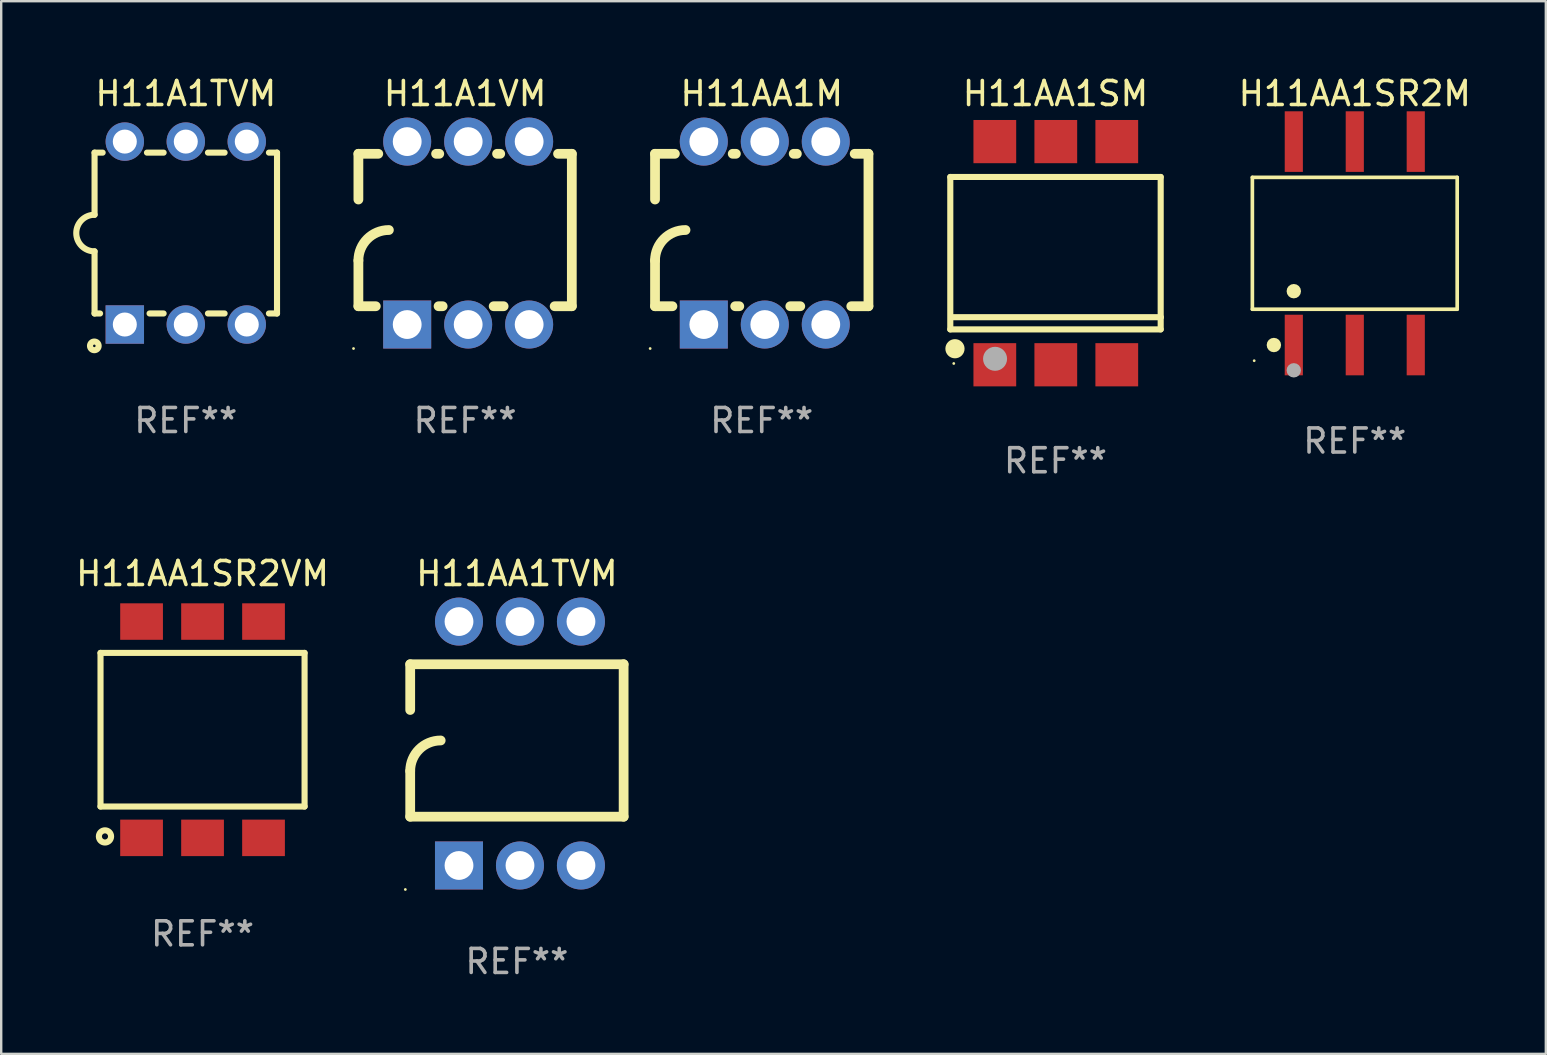
<source format=kicad_pcb>
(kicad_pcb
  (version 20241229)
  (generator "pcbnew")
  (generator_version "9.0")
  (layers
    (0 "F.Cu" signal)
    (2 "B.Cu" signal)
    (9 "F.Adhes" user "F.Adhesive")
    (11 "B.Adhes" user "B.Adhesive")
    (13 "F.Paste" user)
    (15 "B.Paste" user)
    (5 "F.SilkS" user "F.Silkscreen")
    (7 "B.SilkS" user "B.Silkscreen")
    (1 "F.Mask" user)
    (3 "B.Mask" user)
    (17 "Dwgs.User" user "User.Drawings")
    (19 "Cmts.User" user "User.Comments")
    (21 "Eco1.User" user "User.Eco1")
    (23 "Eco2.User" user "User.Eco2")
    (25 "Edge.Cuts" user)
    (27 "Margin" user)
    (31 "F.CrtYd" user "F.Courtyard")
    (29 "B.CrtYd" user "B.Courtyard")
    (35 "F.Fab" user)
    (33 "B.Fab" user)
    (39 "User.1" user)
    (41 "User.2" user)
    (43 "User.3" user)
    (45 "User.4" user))
  (footprint "H11AA1TVM"
    (layer "F.Cu")
    (at 18.482 27.921)
    (property "Reference" "H11AA1TVM" (at 0 -7.08 0) (layer "F.SilkS") (effects (font (size 1 1) (thickness 0.15))))
    (attr through_hole)
    (fp_line (start -4.445 -3.302) (end 4.445 -3.302) (stroke (width 0.406) (type solid)) (layer "F.SilkS"))
    (fp_line (start -4.445 -1.397) (end -4.445 -3.302) (stroke (width 0.406) (type solid)) (layer "F.SilkS"))
    (fp_line (start -4.445 3.048) (end -4.445 1.143) (stroke (width 0.406) (type solid)) (layer "F.SilkS"))
    (fp_line (start -4.445 3.048) (end 4.445 3.048) (stroke (width 0.406) (type solid)) (layer "F.SilkS"))
    (fp_line (start 4.445 -3.302) (end 4.445 3.048) (stroke (width 0.406) (type solid)) (layer "F.SilkS"))
    (fp_arc (start -4.444983 1.143002) (mid -4.073008 0.244974) (end -3.17498 -0.127) (stroke (width 0.4064) (type solid)) (layer "F.SilkS"))
    (fp_circle (center -4.648 6.08) (end -4.618 6.08) (stroke (width 0.06) (type solid)) (fill no) (layer "F.SilkS"))
    (fp_text user "REF**" (at 0 9.08 0) (layer "F.Fab") (effects (font (size 1 1) (thickness 0.15))))
    (pad "1" thru_hole rect (at -2.413 5.08 90) (size 2 2) (drill 1.2) (layers "*.Cu" "*.Mask"))
    (pad "2" thru_hole circle (at 0.127 5.08) (size 2 2) (drill 1.2) (layers "*.Cu" "*.Mask"))
    (pad "3" thru_hole circle (at 2.667 5.08) (size 2 2) (drill 1.2) (layers "*.Cu" "*.Mask"))
    (pad "4" thru_hole circle (at 2.667 -5.08) (size 2 2) (drill 1.2) (layers "*.Cu" "*.Mask"))
    (pad "5" thru_hole circle (at 0.127 -5.08) (size 2 2) (drill 1.2) (layers "*.Cu" "*.Mask"))
    (pad "6" thru_hole circle (at -2.413 -5.08) (size 2 2) (drill 1.2) (layers "*.Cu" "*.Mask")))
  (footprint "H11AA1SR2VM"
    (layer "F.Cu")
    (at 5.387 27.346)
    (property "Reference" "H11AA1SR2VM" (at 0 -6.505 0) (layer "F.SilkS") (effects (font (size 1 1) (thickness 0.15))))
    (attr through_hole)
    (fp_line (start -4.25 3.2) (end -4.25 -3.2) (stroke (width 0.254) (type solid)) (layer "F.SilkS"))
    (fp_line (start -4.25 -3.2) (end 4.25 -3.2) (stroke (width 0.254) (type solid)) (layer "F.SilkS"))
    (fp_line (start 4.25 3.2) (end -4.25 3.2) (stroke (width 0.254) (type solid)) (layer "F.SilkS"))
    (fp_line (start 4.25 3.2) (end 4.25 -3.2) (stroke (width 0.254) (type solid)) (layer "F.SilkS"))
    (fp_circle (center -4.064 4.445) (end -3.81 4.445) (stroke (width 0.254) (type solid)) (fill no) (layer "F.SilkS"))
    (fp_text user "REF**" (at 0 8.505 0) (layer "F.Fab") (effects (font (size 1 1) (thickness 0.15))))
    (pad "1" smd rect (at -2.54 4.505) (size 1.78 1.52) (layers "F.Cu" "F.Mask" "F.Paste"))
    (pad "2" smd rect (at 0 4.505) (size 1.78 1.52) (layers "F.Cu" "F.Mask" "F.Paste"))
    (pad "3" smd rect (at 2.54 4.505) (size 1.78 1.52) (layers "F.Cu" "F.Mask" "F.Paste"))
    (pad "4" smd rect (at 2.54 -4.505) (size 1.78 1.52) (layers "F.Cu" "F.Mask" "F.Paste"))
    (pad "5" smd rect (at 0 -4.505) (size 1.78 1.52) (layers "F.Cu" "F.Mask" "F.Paste"))
    (pad "6" smd rect (at -2.54 -4.505) (size 1.78 1.52) (layers "F.Cu" "F.Mask" "F.Paste")))
  (footprint "H11AA1M"
    (layer "F.Cu")
    (at 28.68 6.658)
    (property "Reference" "H11AA1M" (at 0 -5.81 0) (layer "F.SilkS") (effects (font (size 1 1) (thickness 0.15))))
    (attr through_hole)
    (fp_line (start -4.445 -1.397) (end -4.445 -3.302) (stroke (width 0.406) (type solid)) (layer "F.SilkS"))
    (fp_line (start -4.445 3.048) (end -4.445 1.143) (stroke (width 0.406) (type solid)) (layer "F.SilkS"))
    (fp_line (start -4.445 3.048) (end -3.72 3.048) (stroke (width 0.406) (type solid)) (layer "F.SilkS"))
    (fp_line (start -3.617 -3.302) (end -4.445 -3.302) (stroke (width 0.406) (type solid)) (layer "F.SilkS"))
    (fp_line (start -1.106 3.048) (end -0.935 3.048) (stroke (width 0.406) (type solid)) (layer "F.SilkS"))
    (fp_line (start -1.077 -3.302) (end -1.209 -3.302) (stroke (width 0.406) (type solid)) (layer "F.SilkS"))
    (fp_line (start 1.189 3.048) (end 1.605 3.048) (stroke (width 0.406) (type solid)) (layer "F.SilkS"))
    (fp_line (start 1.463 -3.302) (end 1.331 -3.302) (stroke (width 0.406) (type solid)) (layer "F.SilkS"))
    (fp_line (start 3.729 3.048) (end 4.445 3.048) (stroke (width 0.406) (type solid)) (layer "F.SilkS"))
    (fp_line (start 4.445 -3.302) (end 3.871 -3.302) (stroke (width 0.406) (type solid)) (layer "F.SilkS"))
    (fp_line (start 4.445 -3.302) (end 4.445 3.048) (stroke (width 0.406) (type solid)) (layer "F.SilkS"))
    (fp_arc (start -4.444983 1.143002) (mid -4.073008 0.244974) (end -3.17498 -0.127) (stroke (width 0.4064) (type solid)) (layer "F.SilkS"))
    (fp_circle (center -4.648 4.81) (end -4.618 4.81) (stroke (width 0.06) (type solid)) (fill no) (layer "F.SilkS"))
    (fp_text user "REF**" (at 0 7.81 0) (layer "F.Fab") (effects (font (size 1 1) (thickness 0.15))))
    (pad "1" thru_hole rect (at -2.413 3.81 90) (size 2 2) (drill 1.2) (layers "*.Cu" "*.Mask"))
    (pad "2" thru_hole circle (at 0.127 3.81) (size 2 2) (drill 1.2) (layers "*.Cu" "*.Mask"))
    (pad "3" thru_hole circle (at 2.667 3.81) (size 2 2) (drill 1.2) (layers "*.Cu" "*.Mask"))
    (pad "4" thru_hole circle (at 2.667 -3.81) (size 2 2) (drill 1.2) (layers "*.Cu" "*.Mask"))
    (pad "5" thru_hole circle (at 0.127 -3.81) (size 2 2) (drill 1.2) (layers "*.Cu" "*.Mask"))
    (pad "6" thru_hole circle (at -2.413 -3.81) (size 2 2) (drill 1.2) (layers "*.Cu" "*.Mask")))
  (footprint "H11A1VM"
    (layer "F.Cu")
    (at 16.324 6.658)
    (property "Reference" "H11A1VM" (at 0 -5.81 0) (layer "F.SilkS") (effects (font (size 1 1) (thickness 0.15))))
    (attr through_hole)
    (fp_line (start -4.445 -1.397) (end -4.445 -3.302) (stroke (width 0.406) (type solid)) (layer "F.SilkS"))
    (fp_line (start -4.445 3.048) (end -4.445 1.143) (stroke (width 0.406) (type solid)) (layer "F.SilkS"))
    (fp_line (start -4.445 3.048) (end -3.72 3.048) (stroke (width 0.406) (type solid)) (layer "F.SilkS"))
    (fp_line (start -3.617 -3.302) (end -4.445 -3.302) (stroke (width 0.406) (type solid)) (layer "F.SilkS"))
    (fp_line (start -1.106 3.048) (end -0.935 3.048) (stroke (width 0.406) (type solid)) (layer "F.SilkS"))
    (fp_line (start -1.077 -3.302) (end -1.209 -3.302) (stroke (width 0.406) (type solid)) (layer "F.SilkS"))
    (fp_line (start 1.189 3.048) (end 1.605 3.048) (stroke (width 0.406) (type solid)) (layer "F.SilkS"))
    (fp_line (start 1.463 -3.302) (end 1.331 -3.302) (stroke (width 0.406) (type solid)) (layer "F.SilkS"))
    (fp_line (start 3.729 3.048) (end 4.445 3.048) (stroke (width 0.406) (type solid)) (layer "F.SilkS"))
    (fp_line (start 4.445 -3.302) (end 3.871 -3.302) (stroke (width 0.406) (type solid)) (layer "F.SilkS"))
    (fp_line (start 4.445 -3.302) (end 4.445 3.048) (stroke (width 0.406) (type solid)) (layer "F.SilkS"))
    (fp_arc (start -4.444983 1.143002) (mid -4.073008 0.244974) (end -3.17498 -0.127) (stroke (width 0.4064) (type solid)) (layer "F.SilkS"))
    (fp_circle (center -4.648 4.81) (end -4.618 4.81) (stroke (width 0.06) (type solid)) (fill no) (layer "F.SilkS"))
    (fp_text user "REF**" (at 0 7.81 0) (layer "F.Fab") (effects (font (size 1 1) (thickness 0.15))))
    (pad "1" thru_hole rect (at -2.413 3.81 90) (size 2 2) (drill 1.2) (layers "*.Cu" "*.Mask"))
    (pad "2" thru_hole circle (at 0.127 3.81) (size 2 2) (drill 1.2) (layers "*.Cu" "*.Mask"))
    (pad "3" thru_hole circle (at 2.667 3.81) (size 2 2) (drill 1.2) (layers "*.Cu" "*.Mask"))
    (pad "4" thru_hole circle (at 2.667 -3.81) (size 2 2) (drill 1.2) (layers "*.Cu" "*.Mask"))
    (pad "5" thru_hole circle (at 0.127 -3.81) (size 2 2) (drill 1.2) (layers "*.Cu" "*.Mask"))
    (pad "6" thru_hole circle (at -2.413 -3.81) (size 2 2) (drill 1.2) (layers "*.Cu" "*.Mask")))
  (footprint "H11A1TVM"
    (layer "F.Cu")
    (at 4.689 6.658)
    (property "Reference" "H11A1TVM" (at 0 -5.81 0) (layer "F.SilkS") (effects (font (size 1 1) (thickness 0.15))))
    (attr through_hole)
    (fp_line (start -3.8 3.35) (end -3.8 0.762) (stroke (width 0.254) (type solid)) (layer "F.SilkS"))
    (fp_line (start -3.8 3.35) (end -3.571 3.35) (stroke (width 0.254) (type solid)) (layer "F.SilkS"))
    (fp_line (start -3.8 -3.35) (end -3.8 -0.762) (stroke (width 0.254) (type solid)) (layer "F.SilkS"))
    (fp_line (start -3.8 -3.35) (end -3.463 -3.35) (stroke (width 0.254) (type solid)) (layer "F.SilkS"))
    (fp_line (start -1.617 -3.35) (end -0.923 -3.35) (stroke (width 0.254) (type solid)) (layer "F.SilkS"))
    (fp_line (start -1.509 3.35) (end -0.923 3.35) (stroke (width 0.254) (type solid)) (layer "F.SilkS"))
    (fp_line (start 0.923 -3.35) (end 1.617 -3.35) (stroke (width 0.254) (type solid)) (layer "F.SilkS"))
    (fp_line (start 0.923 3.35) (end 1.617 3.35) (stroke (width 0.254) (type solid)) (layer "F.SilkS"))
    (fp_line (start 3.463 -3.35) (end 3.8 -3.35) (stroke (width 0.254) (type solid)) (layer "F.SilkS"))
    (fp_line (start 3.463 3.35) (end 3.8 3.35) (stroke (width 0.254) (type solid)) (layer "F.SilkS"))
    (fp_line (start 3.8 -3.35) (end 3.8 3.35) (stroke (width 0.254) (type solid)) (layer "F.SilkS"))
    (fp_arc (start -3.800013 0.762002) (mid -4.561837 -0.000089) (end -3.799835 -0.762002) (stroke (width 0.254001) (type solid)) (layer "F.SilkS"))
    (fp_circle (center -3.81 4.699) (end -3.63 4.699) (stroke (width 0.254) (type solid)) (fill no) (layer "F.SilkS"))
    (fp_text user "REF**" (at 0 7.81 0) (layer "F.Fab") (effects (font (size 1 1) (thickness 0.15))))
    (pad "1" thru_hole rect (at -2.54 3.81) (size 1.6 1.6) (drill 1) (layers "*.Cu" "*.Mask"))
    (pad "2" thru_hole circle (at 0.000013 3.81) (size 1.6 1.6) (drill 1) (layers "*.Cu" "*.Mask"))
    (pad "3" thru_hole circle (at 2.54 3.81) (size 1.6 1.6) (drill 1) (layers "*.Cu" "*.Mask"))
    (pad "4" thru_hole circle (at 2.54 -3.81) (size 1.6 1.6) (drill 1) (layers "*.Cu" "*.Mask"))
    (pad "5" thru_hole circle (at 0.000013 -3.81) (size 1.6 1.6) (drill 1) (layers "*.Cu" "*.Mask"))
    (pad "6" thru_hole circle (at -2.54 -3.81) (size 1.6 1.6) (drill 1) (layers "*.Cu" "*.Mask")))
  (footprint "H11AA1SR2M"
    (layer "F.Cu")
    (at 53.383 7.085)
    (property "Reference" "H11AA1SR2M" (at 0 -6.237 0) (layer "F.SilkS") (effects (font (size 1 1) (thickness 0.15))))
    (attr through_hole)
    (fp_line (start -4.266 -2.746) (end 4.266 -2.746) (stroke (width 0.152) (type solid)) (layer "F.SilkS"))
    (fp_line (start -4.266 2.746) (end -4.266 -2.746) (stroke (width 0.152) (type solid)) (layer "F.SilkS"))
    (fp_line (start 4.266 -2.746) (end 4.266 2.746) (stroke (width 0.152) (type solid)) (layer "F.SilkS"))
    (fp_line (start 4.266 2.746) (end -4.266 2.746) (stroke (width 0.152) (type solid)) (layer "F.SilkS"))
    (fp_circle (center -4.19 4.89) (end -4.16 4.89) (stroke (width 0.06) (type solid)) (fill no) (layer "F.SilkS"))
    (fp_circle (center -3.37 4.237) (end -3.22 4.237) (stroke (width 0.3) (type solid)) (fill no) (layer "F.SilkS"))
    (fp_circle (center -2.54 1.994) (end -2.39 1.994) (stroke (width 0.3) (type solid)) (fill no) (layer "F.SilkS"))
    (fp_circle (center -2.54 5.29) (end -2.39 5.29) (stroke (width 0.3) (type solid)) (fill no) (layer "F.Fab"))
    (fp_text user "REF**" (at 0 8.237 0) (layer "F.Fab") (effects (font (size 1 1) (thickness 0.15))))
    (pad "1" smd rect (at -2.54 4.237) (size 0.756 2.524) (layers "F.Cu" "F.Mask" "F.Paste"))
    (pad "2" smd rect (at 0 4.237) (size 0.756 2.524) (layers "F.Cu" "F.Mask" "F.Paste"))
    (pad "3" smd rect (at 2.54 4.237) (size 0.756 2.524) (layers "F.Cu" "F.Mask" "F.Paste"))
    (pad "4" smd rect (at 2.54 -4.237) (size 0.756 2.524) (layers "F.Cu" "F.Mask" "F.Paste"))
    (pad "5" smd rect (at 0 -4.237) (size 0.756 2.524) (layers "F.Cu" "F.Mask" "F.Paste"))
    (pad "6" smd rect (at -2.54 -4.237) (size 0.756 2.524) (layers "F.Cu" "F.Mask" "F.Paste")))
  (footprint "H11AA1SM"
    (layer "F.Cu")
    (at 40.916 7.496)
    (property "Reference" "H11AA1SM" (at 0 -6.648 0) (layer "F.SilkS") (effects (font (size 1 1) (thickness 0.15))))
    (attr through_hole)
    (fp_line (start -4.382 -3.175) (end 4.382 -3.175) (stroke (width 0.254) (type solid)) (layer "F.SilkS"))
    (fp_line (start -4.382 3.175) (end -4.382 -3.175) (stroke (width 0.254) (type solid)) (layer "F.SilkS"))
    (fp_line (start 4.382 -3.175) (end 4.382 2.667) (stroke (width 0.254) (type solid)) (layer "F.SilkS"))
    (fp_line (start 4.382 2.667) (end -4.28 2.667) (stroke (width 0.254) (type solid)) (layer "F.SilkS"))
    (fp_line (start 4.382 2.667) (end 4.382 3.175) (stroke (width 0.254) (type solid)) (layer "F.SilkS"))
    (fp_line (start 4.382 3.175) (end -4.382 3.175) (stroke (width 0.254) (type solid)) (layer "F.SilkS"))
    (fp_circle (center -4.237 4.595) (end -4.207 4.595) (stroke (width 0.06) (type solid)) (fill no) (layer "F.SilkS"))
    (fp_circle (center -4.187 3.98) (end -3.987 3.98) (stroke (width 0.4) (type solid)) (fill no) (layer "F.SilkS"))
    (fp_circle (center -2.517 4.4) (end -2.267 4.4) (stroke (width 0.5) (type solid)) (fill no) (layer "F.Fab"))
    (fp_text user "REF**" (at 0 8.648 0) (layer "F.Fab") (effects (font (size 1 1) (thickness 0.15))))
    (pad "1" smd rect (at -2.527 4.648) (size 1.781 1.8) (layers "F.Cu" "F.Mask" "F.Paste"))
    (pad "2" smd rect (at 0.013 4.648) (size 1.781 1.8) (layers "F.Cu" "F.Mask" "F.Paste"))
    (pad "3" smd rect (at 2.553 4.648) (size 1.781 1.8) (layers "F.Cu" "F.Mask" "F.Paste"))
    (pad "4" smd rect (at 2.553 -4.648 180) (size 1.781 1.8) (layers "F.Cu" "F.Mask" "F.Paste"))
    (pad "5" smd rect (at 0.013 -4.648 180) (size 1.781 1.8) (layers "F.Cu" "F.Mask" "F.Paste"))
    (pad "6" smd rect (at -2.527 -4.648 180) (size 1.781 1.8) (layers "F.Cu" "F.Mask" "F.Paste")))
  (gr_rect
    (start -3 -3)
    (end 61.341 40.849)
    (stroke (width 0.1) (type default))
    (fill no)
    (layer "Edge.Cuts")))
</source>
